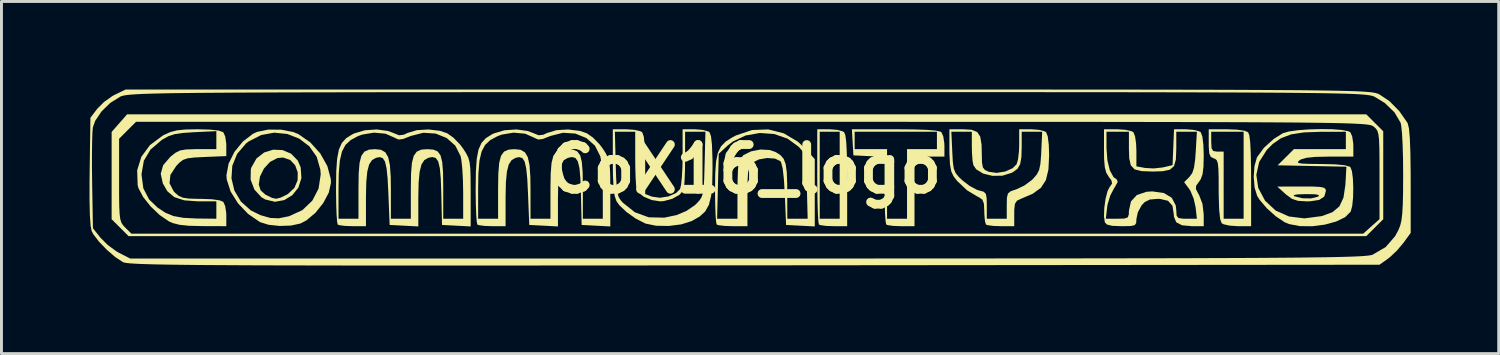
<source format=kicad_pcb>
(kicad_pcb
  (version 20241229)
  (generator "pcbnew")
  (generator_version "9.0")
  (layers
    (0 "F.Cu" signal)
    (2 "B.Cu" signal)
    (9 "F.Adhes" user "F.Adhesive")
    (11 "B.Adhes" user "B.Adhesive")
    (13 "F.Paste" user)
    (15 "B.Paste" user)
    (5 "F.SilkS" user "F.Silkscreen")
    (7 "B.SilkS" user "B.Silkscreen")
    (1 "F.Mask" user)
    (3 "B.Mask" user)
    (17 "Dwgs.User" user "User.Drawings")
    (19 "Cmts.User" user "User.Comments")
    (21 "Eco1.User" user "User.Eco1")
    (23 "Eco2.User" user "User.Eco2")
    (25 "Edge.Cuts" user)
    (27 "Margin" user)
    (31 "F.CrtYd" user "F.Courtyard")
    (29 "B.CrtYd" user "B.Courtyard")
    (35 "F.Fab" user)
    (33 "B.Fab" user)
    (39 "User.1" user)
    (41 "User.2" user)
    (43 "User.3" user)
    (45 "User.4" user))
  (footprint "CoX16_logo"
    (layer "F.Cu")
    (at 22.33 2.709)
    (property "Reference" "CoX16_logo" (at 0 0 0) (layer "F.SilkS") (effects (font (size 1.524 1.524) (thickness 0.3))))
    (attr board_only exclude_from_pos_files exclude_from_bom)
    (fp_poly (pts (xy 3.134 -1.335) (xy 3.331 -1.284) (xy 3.381 -1.253) (xy 3.422 -1.147) (xy 3.452 -0.913) (xy 3.471 -0.54) (xy 3.481 -0.016) (xy 3.483 0.398) (xy 3.483 1.947) (xy 3.03 1.947) (xy 2.766 1.938) (xy 2.576 1.912) (xy 2.52 1.891) (xy 2.502 1.792) (xy 2.496 1.693) (xy 2.548 1.693) (xy 3.228 1.693) (xy 3.228 -1.27) (xy 2.548 -1.27) (xy 2.548 1.693) (xy 2.496 1.693) (xy 2.487 1.552) (xy 2.475 1.196) (xy 2.467 0.754) (xy 2.464 0.252) (xy 2.464 0.24) (xy 2.464 -1.355) (xy 2.871 -1.355)) (stroke (width 0) (type solid)) (fill yes) (layer "F.SilkS"))
    (fp_poly (pts (xy 19.348 0.597) (xy 19.591 0.609) (xy 19.726 0.637) (xy 19.783 0.686) (xy 19.793 0.745) (xy 19.739 0.937) (xy 19.565 1.052) (xy 19.252 1.099) (xy 19.141 1.101) (xy 18.842 1.084) (xy 18.633 1.014) (xy 18.462 0.887) (xy 18.695 0.887) (xy 18.721 0.926) (xy 18.731 0.931) (xy 18.994 0.996) (xy 19.282 1.001) (xy 19.512 0.946) (xy 19.538 0.931) (xy 19.554 0.885) (xy 19.419 0.86) (xy 19.125 0.854) (xy 19.114 0.854) (xy 18.823 0.864) (xy 18.695 0.887) (xy 18.462 0.887) (xy 18.432 0.865) (xy 18.414 0.849) (xy 18.137 0.598) (xy 18.965 0.595)) (stroke (width 0) (type solid)) (fill yes) (layer "F.SilkS"))
    (fp_poly (pts (xy 5.73 -1.35) (xy 6.184 -1.335) (xy 6.49 -1.31) (xy 6.659 -1.274) (xy 6.694 -1.253) (xy 6.758 -1.11) (xy 6.793 -0.874) (xy 6.796 -0.787) (xy 6.796 -0.423) (xy 5.777 -0.423) (xy 5.777 1.947) (xy 5.324 1.947) (xy 5.059 1.938) (xy 4.87 1.912) (xy 4.814 1.891) (xy 4.793 1.79) (xy 4.775 1.552) (xy 4.763 1.212) (xy 4.757 0.802) (xy 4.757 0.71) (xy 4.757 -0.415) (xy 4.226 -0.44) (xy 3.695 -0.466) (xy 3.683 -0.677) (xy 3.738 -0.677) (xy 4.842 -0.677) (xy 4.842 1.693) (xy 5.522 1.693) (xy 5.522 -0.677) (xy 6.541 -0.677) (xy 6.541 -1.27) (xy 3.738 -1.27) (xy 3.738 -0.677) (xy 3.683 -0.677) (xy 3.644 -1.355) (xy 5.118 -1.355)) (stroke (width 0) (type solid)) (fill yes) (layer "F.SilkS"))
    (fp_poly (pts (xy -15.754 -0.646) (xy -15.463 -0.523) (xy -15.237 -0.292) (xy -15.136 -0.058) (xy -15.11 0.308) (xy -15.214 0.631) (xy -15.419 0.889) (xy -15.694 1.058) (xy -16.011 1.116) (xy -16.338 1.039) (xy -16.47 0.963) (xy -16.712 0.701) (xy -16.778 0.528) (xy -16.564 0.528) (xy -16.5 0.727) (xy -16.338 0.871) (xy -16.111 0.983) (xy -15.971 1.013) (xy -15.817 0.973) (xy -15.606 0.871) (xy -15.572 0.85) (xy -15.349 0.642) (xy -15.241 0.384) (xy -15.236 0.115) (xy -15.324 -0.129) (xy -15.494 -0.31) (xy -15.735 -0.392) (xy -15.927 -0.374) (xy -16.18 -0.243) (xy -16.387 -0.017) (xy -16.523 0.256) (xy -16.564 0.528) (xy -16.778 0.528) (xy -16.841 0.363) (xy -16.835 0.012) (xy -16.818 -0.048) (xy -16.642 -0.36) (xy -16.381 -0.564) (xy -16.072 -0.659)) (stroke (width 0) (type solid)) (fill yes) (layer "F.SilkS"))
    (fp_poly (pts (xy 16.773 -1.341) (xy 17.029 -1.302) (xy 17.143 -1.253) (xy 17.184 -1.147) (xy 17.214 -0.913) (xy 17.233 -0.54) (xy 17.243 -0.016) (xy 17.245 0.398) (xy 17.245 1.947) (xy 16.795 1.947) (xy 16.52 1.929) (xy 16.311 1.883) (xy 16.242 1.846) (xy 16.19 1.702) (xy 16.157 1.392) (xy 16.142 0.915) (xy 16.14 0.713) (xy 16.139 0.278) (xy 16.13 -0.016) (xy 16.11 -0.199) (xy 16.074 -0.3) (xy 16.017 -0.348) (xy 15.971 -0.363) (xy 15.872 -0.414) (xy 15.82 -0.53) (xy 15.802 -0.753) (xy 15.801 -0.881) (xy 15.801 -0.931) (xy 15.886 -0.931) (xy 15.897 -0.713) (xy 15.952 -0.616) (xy 16.079 -0.593) (xy 16.098 -0.593) (xy 16.31 -0.593) (xy 16.31 1.693) (xy 16.99 1.693) (xy 16.99 -1.27) (xy 15.886 -1.27) (xy 15.886 -0.931) (xy 15.801 -0.931) (xy 15.801 -1.355) (xy 16.421 -1.355)) (stroke (width 0) (type solid)) (fill yes) (layer "F.SilkS"))
    (fp_poly (pts (xy -15.8 -1.341) (xy -15.387 -1.26) (xy -15.218 -1.191) (xy -14.809 -0.909) (xy -14.469 -0.531) (xy -14.227 -0.101) (xy -14.11 0.339) (xy -14.104 0.466) (xy -14.177 0.8) (xy -14.366 1.158) (xy -14.634 1.492) (xy -14.944 1.752) (xy -15.148 1.857) (xy -15.467 1.926) (xy -15.853 1.939) (xy -16.229 1.899) (xy -16.52 1.809) (xy -16.523 1.807) (xy -16.929 1.528) (xy -17.272 1.167) (xy -17.524 0.765) (xy -17.654 0.361) (xy -17.657 0.317) (xy -17.494 0.317) (xy -17.394 0.734) (xy -17.172 1.109) (xy -16.833 1.411) (xy -16.51 1.57) (xy -16.175 1.666) (xy -15.887 1.679) (xy -15.551 1.612) (xy -15.522 1.604) (xy -15.078 1.4) (xy -14.74 1.078) (xy -14.526 0.665) (xy -14.454 0.187) (xy -14.465 0.023) (xy -14.59 -0.416) (xy -14.84 -0.772) (xy -15.184 -1.035) (xy -15.592 -1.194) (xy -16.034 -1.239) (xy -16.48 -1.159) (xy -16.902 -0.944) (xy -16.998 -0.87) (xy -17.302 -0.516) (xy -17.466 -0.11) (xy -17.494 0.317) (xy -17.657 0.317) (xy -17.666 0.212) (xy -17.592 -0.183) (xy -17.393 -0.584) (xy -17.104 -0.939) (xy -16.763 -1.2) (xy -16.623 -1.265) (xy -16.241 -1.344)) (stroke (width 0) (type solid)) (fill yes) (layer "F.SilkS"))
    (fp_poly (pts (xy 21.458 -1.575) (xy 21.747 -1.287) (xy 21.747 1.71) (xy 21.458 1.998) (xy 21.169 2.286) (xy -21 2.286) (xy -21.288 1.998) (xy -21.577 1.71) (xy -21.577 0.376) (xy -21.322 0.376) (xy -21.322 0.896) (xy -21.317 1.273) (xy -21.304 1.536) (xy -21.281 1.713) (xy -21.242 1.831) (xy -21.186 1.917) (xy -21.114 1.994) (xy -20.905 2.201) (xy 21.065 2.201) (xy 21.342 1.954) (xy 21.62 1.707) (xy 21.62 0.211) (xy 21.619 -0.326) (xy 21.615 -0.719) (xy 21.604 -0.995) (xy 21.583 -1.178) (xy 21.55 -1.296) (xy 21.5 -1.374) (xy 21.431 -1.437) (xy 21.419 -1.447) (xy 21.395 -1.464) (xy 21.362 -1.48) (xy 21.315 -1.495) (xy 21.246 -1.508) (xy 21.15 -1.521) (xy 21.02 -1.532) (xy 20.851 -1.542) (xy 20.635 -1.552) (xy 20.367 -1.56) (xy 20.039 -1.568) (xy 19.647 -1.574) (xy 19.183 -1.58) (xy 18.641 -1.586) (xy 18.015 -1.59) (xy 17.299 -1.594) (xy 16.486 -1.597) (xy 15.571 -1.6) (xy 14.545 -1.602) (xy 13.405 -1.604) (xy 12.142 -1.606) (xy 10.752 -1.607) (xy 9.227 -1.608) (xy 7.561 -1.608) (xy 5.748 -1.608) (xy 3.782 -1.609) (xy 1.656 -1.609) (xy 0.237 -1.609) (xy -20.745 -1.609) (xy -21.034 -1.321) (xy -21.322 -1.033) (xy -21.322 0.376) (xy -21.577 0.376) (xy -21.577 -1.264) (xy -21.314 -1.563) (xy -21.05 -1.863) (xy 21.169 -1.863)) (stroke (width 0) (type solid)) (fill yes) (layer "F.SilkS"))
    (fp_poly (pts (xy 1.324 -1.216) (xy 1.807 -0.929) (xy 2.06 -0.69) (xy 2.379 -0.338) (xy 2.379 1.956) (xy 1.402 1.905) (xy 1.359 0.872) (xy 1.328 0.35) (xy 1.286 -0.02) (xy 1.232 -0.231) (xy 1.208 -0.269) (xy 1.02 -0.357) (xy 0.751 -0.375) (xy 0.474 -0.327) (xy 0.263 -0.219) (xy 0.262 -0.218) (xy 0.186 -0.135) (xy 0.135 -0.025) (xy 0.105 0.143) (xy 0.09 0.403) (xy 0.085 0.789) (xy 0.085 0.944) (xy 0.085 1.947) (xy -0.411 1.947) (xy -0.687 1.938) (xy -0.89 1.915) (xy -0.963 1.891) (xy -0.984 1.79) (xy -0.991 1.693) (xy -0.948 1.693) (xy -0.255 1.693) (xy -0.255 0.769) (xy -0.25 0.378) (xy -0.238 0.042) (xy -0.219 -0.198) (xy -0.202 -0.293) (xy -0.05 -0.475) (xy 0.212 -0.603) (xy 0.53 -0.665) (xy 0.847 -0.648) (xy 1.046 -0.579) (xy 1.208 -0.476) (xy 1.319 -0.349) (xy 1.388 -0.166) (xy 1.425 0.106) (xy 1.44 0.5) (xy 1.441 0.741) (xy 1.444 1.693) (xy 2.137 1.693) (xy 2.109 0.598) (xy 2.097 0.149) (xy 2.081 -0.165) (xy 2.055 -0.377) (xy 2.012 -0.521) (xy 1.945 -0.631) (xy 1.847 -0.741) (xy 1.829 -0.76) (xy 1.452 -1.036) (xy 0.997 -1.193) (xy 0.505 -1.228) (xy 0.02 -1.142) (xy -0.417 -0.934) (xy -0.584 -0.803) (xy -0.892 -0.521) (xy -0.92 0.586) (xy -0.948 1.693) (xy -0.991 1.693) (xy -1.001 1.552) (xy -1.013 1.211) (xy -1.019 0.8) (xy -1.019 0.697) (xy -1.012 0.15) (xy -0.984 -0.257) (xy -0.922 -0.555) (xy -0.816 -0.772) (xy -0.654 -0.938) (xy -0.424 -1.083) (xy -0.304 -1.145) (xy 0.243 -1.329) (xy 0.794 -1.35)) (stroke (width 0) (type solid)) (fill yes) (layer "F.SilkS"))
    (fp_poly (pts (xy 20.001 -1.356) (xy 20.328 -1.332) (xy 20.554 -1.289) (xy 20.626 -1.253) (xy 20.689 -1.11) (xy 20.725 -0.874) (xy 20.728 -0.787) (xy 20.728 -0.423) (xy 19.894 -0.423) (xy 19.442 -0.414) (xy 19.134 -0.383) (xy 18.944 -0.328) (xy 18.896 -0.299) (xy 18.838 -0.244) (xy 18.855 -0.208) (xy 18.97 -0.186) (xy 19.205 -0.176) (xy 19.586 -0.172) (xy 19.628 -0.172) (xy 20.105 -0.16) (xy 20.437 -0.129) (xy 20.611 -0.079) (xy 20.626 -0.068) (xy 20.68 0.071) (xy 20.713 0.325) (xy 20.726 0.642) (xy 20.719 0.97) (xy 20.69 1.255) (xy 20.64 1.445) (xy 20.636 1.452) (xy 20.451 1.639) (xy 20.142 1.789) (xy 19.753 1.894) (xy 19.328 1.949) (xy 18.91 1.945) (xy 18.543 1.876) (xy 18.392 1.815) (xy 18.085 1.61) (xy 17.776 1.332) (xy 17.528 1.039) (xy 17.45 0.914) (xy 17.364 0.63) (xy 17.334 0.265) (xy 17.339 0.198) (xy 17.423 0.198) (xy 17.488 0.643) (xy 17.716 1.071) (xy 17.724 1.082) (xy 18.082 1.415) (xy 18.533 1.616) (xy 19.061 1.681) (xy 19.647 1.604) (xy 19.664 1.6) (xy 20.018 1.47) (xy 20.254 1.271) (xy 20.392 0.974) (xy 20.456 0.547) (xy 20.459 0.506) (xy 20.492 -0.08) (xy 19.321 -0.103) (xy 18.149 -0.127) (xy 18.426 -0.402) (xy 18.702 -0.677) (xy 20.473 -0.677) (xy 20.473 -1.27) (xy 19.602 -1.268) (xy 19.041 -1.248) (xy 18.61 -1.181) (xy 18.269 -1.054) (xy 17.983 -0.856) (xy 17.779 -0.65) (xy 17.52 -0.242) (xy 17.423 0.198) (xy 17.339 0.198) (xy 17.36 -0.102) (xy 17.443 -0.394) (xy 17.45 -0.406) (xy 17.683 -0.725) (xy 18.016 -1.025) (xy 18.324 -1.218) (xy 18.526 -1.278) (xy 18.836 -1.322) (xy 19.213 -1.35) (xy 19.616 -1.361)) (stroke (width 0) (type solid)) (fill yes) (layer "F.SilkS"))
    (fp_poly (pts (xy -18.222 -1.343) (xy -17.924 -1.309) (xy -17.774 -1.255) (xy -17.772 -1.253) (xy -17.707 -1.109) (xy -17.672 -0.874) (xy -17.67 -0.796) (xy -17.67 -0.441) (xy -18.399 -0.411) (xy -18.756 -0.393) (xy -18.989 -0.365) (xy -19.144 -0.312) (xy -19.266 -0.22) (xy -19.376 -0.104) (xy -19.574 0.2) (xy -19.604 0.485) (xy -19.466 0.753) (xy -19.415 0.808) (xy -19.29 0.915) (xy -19.148 0.977) (xy -18.941 1.007) (xy -18.623 1.016) (xy -18.54 1.016) (xy -18.165 1.029) (xy -17.896 1.067) (xy -17.772 1.118) (xy -17.708 1.261) (xy -17.672 1.497) (xy -17.67 1.583) (xy -17.67 1.947) (xy -18.498 1.944) (xy -18.94 1.933) (xy -19.257 1.901) (xy -19.491 1.842) (xy -19.628 1.781) (xy -19.942 1.566) (xy -20.246 1.276) (xy -20.499 0.958) (xy -20.66 0.658) (xy -20.69 0.553) (xy -20.702 0.195) (xy -20.558 0.195) (xy -20.496 0.66) (xy -20.3 1.036) (xy -20.011 1.314) (xy -19.744 1.49) (xy -19.469 1.602) (xy -19.134 1.662) (xy -18.689 1.685) (xy -18.625 1.686) (xy -18.009 1.693) (xy -18.009 1.101) (xy -18.635 1.101) (xy -19.102 1.067) (xy -19.441 0.957) (xy -19.681 0.754) (xy -19.833 0.487) (xy -19.904 0.163) (xy -19.821 -0.131) (xy -19.575 -0.417) (xy -19.568 -0.423) (xy -19.402 -0.555) (xy -19.246 -0.632) (xy -19.043 -0.667) (xy -18.74 -0.677) (xy -18.644 -0.677) (xy -18.009 -0.677) (xy -18.009 -1.291) (xy -18.766 -1.255) (xy -19.158 -1.229) (xy -19.432 -1.188) (xy -19.643 -1.118) (xy -19.842 -1.008) (xy -19.873 -0.987) (xy -20.254 -0.662) (xy -20.479 -0.284) (xy -20.557 0.163) (xy -20.558 0.195) (xy -20.702 0.195) (xy -20.707 0.046) (xy -20.565 -0.416) (xy -20.271 -0.816) (xy -19.836 -1.139) (xy -19.795 -1.161) (xy -19.578 -1.259) (xy -19.35 -1.318) (xy -19.059 -1.347) (xy -18.652 -1.355) (xy -18.65 -1.355)) (stroke (width 0) (type solid)) (fill yes) (layer "F.SilkS"))
    (fp_poly (pts (xy -3.778 -1.337) (xy -3.568 -1.29) (xy -3.5 -1.253) (xy -3.447 -1.107) (xy -3.414 -0.794) (xy -3.399 -0.315) (xy -3.398 -0.15) (xy -3.398 0.851) (xy -3.164 0.94) (xy -2.897 0.979) (xy -2.601 0.932) (xy -2.345 0.817) (xy -2.21 0.68) (xy -2.175 0.532) (xy -2.147 0.258) (xy -2.129 -0.101) (xy -2.124 -0.418) (xy -2.124 -1.355) (xy -1.716 -1.355) (xy -1.454 -1.335) (xy -1.257 -1.284) (xy -1.206 -1.253) (xy -1.156 -1.117) (xy -1.123 -0.822) (xy -1.107 -0.364) (xy -1.104 -0.057) (xy -1.114 0.5) (xy -1.152 0.917) (xy -1.229 1.223) (xy -1.356 1.447) (xy -1.545 1.62) (xy -1.806 1.768) (xy -1.814 1.772) (xy -2.169 1.885) (xy -2.598 1.94) (xy -3.028 1.932) (xy -3.382 1.859) (xy -3.398 1.853) (xy -3.719 1.689) (xy -4.031 1.468) (xy -4.279 1.233) (xy -4.381 1.089) (xy -4.439 0.911) (xy -4.477 0.626) (xy -4.497 0.212) (xy -4.502 -0.25) (xy -4.502 -1.27) (xy -4.431 -1.27) (xy -4.403 -0.176) (xy -4.389 0.277) (xy -4.372 0.593) (xy -4.345 0.807) (xy -4.302 0.951) (xy -4.237 1.059) (xy -4.163 1.144) (xy -3.75 1.473) (xy -3.279 1.644) (xy -2.748 1.657) (xy -2.327 1.568) (xy -1.993 1.427) (xy -1.706 1.232) (xy -1.653 1.182) (xy -1.55 1.07) (xy -1.479 0.962) (xy -1.433 0.825) (xy -1.405 0.625) (xy -1.388 0.328) (xy -1.376 -0.099) (xy -1.374 -0.175) (xy -1.346 -1.27) (xy -2.039 -1.27) (xy -2.039 -0.346) (xy -2.043 0.045) (xy -2.056 0.381) (xy -2.075 0.622) (xy -2.092 0.716) (xy -2.229 0.877) (xy -2.474 1.013) (xy -2.764 1.092) (xy -2.888 1.101) (xy -3.178 1.056) (xy -3.45 0.941) (xy -3.642 0.787) (xy -3.685 0.716) (xy -3.707 0.578) (xy -3.724 0.313) (xy -3.735 -0.039) (xy -3.738 -0.346) (xy -3.738 -1.27) (xy -4.431 -1.27) (xy -4.502 -1.27) (xy -4.502 -1.355) (xy -4.052 -1.355)) (stroke (width 0) (type solid)) (fill yes) (layer "F.SilkS"))
    (fp_poly (pts (xy 7.723 -1.337) (xy 7.911 -1.263) (xy 8.017 -1.103) (xy 8.062 -0.829) (xy 8.07 -0.511) (xy 8.076 -0.224) (xy 8.105 -0.058) (xy 8.176 0.032) (xy 8.304 0.093) (xy 8.572 0.132) (xy 8.867 0.085) (xy 9.123 -0.029) (xy 9.258 -0.167) (xy 9.305 -0.336) (xy 9.336 -0.608) (xy 9.344 -0.841) (xy 9.344 -1.355) (xy 9.752 -1.355) (xy 10.015 -1.335) (xy 10.212 -1.284) (xy 10.262 -1.253) (xy 10.317 -1.11) (xy 10.352 -0.829) (xy 10.364 -0.47) (xy 10.34 0.019) (xy 10.253 0.378) (xy 10.082 0.641) (xy 9.805 0.842) (xy 9.408 1.012) (xy 9.268 1.079) (xy 9.199 1.184) (xy 9.176 1.38) (xy 9.175 1.522) (xy 9.175 1.947) (xy 8.722 1.947) (xy 8.457 1.938) (xy 8.268 1.912) (xy 8.212 1.891) (xy 8.178 1.779) (xy 8.158 1.561) (xy 8.155 1.435) (xy 8.143 1.184) (xy 8.09 1.044) (xy 7.969 0.959) (xy 7.922 0.938) (xy 7.564 0.722) (xy 7.23 0.406) (xy 7.113 0.256) (xy 7.031 0.086) (xy 6.985 -0.161) (xy 6.967 -0.526) (xy 6.966 -0.654) (xy 6.966 -1.27) (xy 7.033 -1.27) (xy 7.064 -0.585) (xy 7.083 -0.242) (xy 7.115 -0.019) (xy 7.176 0.135) (xy 7.285 0.269) (xy 7.414 0.391) (xy 7.654 0.574) (xy 7.895 0.704) (xy 7.987 0.733) (xy 8.133 0.772) (xy 8.209 0.848) (xy 8.236 1.005) (xy 8.24 1.238) (xy 8.24 1.693) (xy 8.92 1.693) (xy 8.92 1.241) (xy 8.925 0.978) (xy 8.961 0.833) (xy 9.058 0.755) (xy 9.242 0.693) (xy 9.517 0.564) (xy 9.778 0.372) (xy 9.815 0.335) (xy 9.943 0.186) (xy 10.022 0.034) (xy 10.066 -0.171) (xy 10.091 -0.48) (xy 10.096 -0.598) (xy 10.127 -1.27) (xy 9.429 -1.27) (xy 9.429 -0.769) (xy 9.419 -0.404) (xy 9.377 -0.166) (xy 9.288 -0.011) (xy 9.134 0.103) (xy 9.084 0.13) (xy 8.771 0.227) (xy 8.433 0.232) (xy 8.118 0.156) (xy 7.879 0.009) (xy 7.783 -0.131) (xy 7.754 -0.287) (xy 7.735 -0.548) (xy 7.73 -0.769) (xy 7.73 -1.27) (xy 7.033 -1.27) (xy 6.966 -1.27) (xy 6.966 -1.355) (xy 7.43 -1.355)) (stroke (width 0) (type solid)) (fill yes) (layer "F.SilkS"))
    (fp_poly (pts (xy 12.957 -1.337) (xy 13.167 -1.29) (xy 13.235 -1.253) (xy 13.291 -1.116) (xy 13.327 -0.863) (xy 13.337 -0.622) (xy 13.337 -0.092) (xy 13.632 -0.037) (xy 13.923 -0.02) (xy 14.229 -0.053) (xy 14.248 -0.057) (xy 14.569 -0.133) (xy 14.594 -0.744) (xy 14.619 -1.355) (xy 15.023 -1.355) (xy 15.284 -1.334) (xy 15.48 -1.283) (xy 15.529 -1.253) (xy 15.584 -1.11) (xy 15.619 -0.827) (xy 15.631 -0.458) (xy 15.622 -0.079) (xy 15.591 0.175) (xy 15.529 0.347) (xy 15.472 0.43) (xy 15.372 0.57) (xy 15.364 0.681) (xy 15.447 0.843) (xy 15.472 0.884) (xy 15.588 1.186) (xy 15.63 1.545) (xy 15.631 1.947) (xy 15.223 1.947) (xy 14.89 1.916) (xy 14.695 1.814) (xy 14.616 1.625) (xy 14.611 1.544) (xy 14.566 1.251) (xy 14.415 1.082) (xy 14.141 1.018) (xy 14.062 1.016) (xy 13.794 1.039) (xy 13.617 1.128) (xy 13.513 1.239) (xy 13.387 1.472) (xy 13.337 1.705) (xy 13.33 1.839) (xy 13.28 1.911) (xy 13.15 1.941) (xy 12.897 1.947) (xy 12.825 1.947) (xy 12.511 1.935) (xy 12.334 1.891) (xy 12.262 1.817) (xy 12.244 1.693) (xy 12.296 1.693) (xy 12.689 1.693) (xy 12.928 1.687) (xy 13.043 1.647) (xy 13.079 1.542) (xy 13.082 1.424) (xy 13.151 1.104) (xy 13.353 0.885) (xy 13.681 0.775) (xy 13.877 0.762) (xy 14.272 0.817) (xy 14.541 0.979) (xy 14.679 1.243) (xy 14.696 1.412) (xy 14.707 1.59) (xy 14.771 1.671) (xy 14.936 1.692) (xy 15.047 1.693) (xy 15.398 1.693) (xy 15.354 1.304) (xy 15.288 1.007) (xy 15.177 0.742) (xy 15.137 0.681) (xy 14.964 0.448) (xy 15.141 0.271) (xy 15.238 0.141) (xy 15.3 -0.047) (xy 15.34 -0.335) (xy 15.358 -0.588) (xy 15.398 -1.27) (xy 14.696 -1.27) (xy 14.696 -0.68) (xy 14.682 -0.325) (xy 14.619 -0.1) (xy 14.476 0.024) (xy 14.223 0.075) (xy 13.889 0.085) (xy 13.514 0.071) (xy 13.277 0.012) (xy 13.147 -0.124) (xy 13.092 -0.364) (xy 13.082 -0.68) (xy 13.082 -1.27) (xy 12.318 -1.27) (xy 12.318 -0.715) (xy 12.348 -0.298) (xy 12.432 0.044) (xy 12.559 0.277) (xy 12.67 0.357) (xy 12.7 0.44) (xy 12.597 0.626) (xy 12.578 0.652) (xy 12.445 0.906) (xy 12.353 1.216) (xy 12.34 1.304) (xy 12.296 1.693) (xy 12.244 1.693) (xy 12.232 1.612) (xy 12.243 1.322) (xy 12.286 1.013) (xy 12.354 0.751) (xy 12.424 0.615) (xy 12.508 0.496) (xy 12.486 0.386) (xy 12.396 0.266) (xy 12.311 0.127) (xy 12.261 -0.059) (xy 12.237 -0.338) (xy 12.233 -0.644) (xy 12.233 -1.355) (xy 12.683 -1.355)) (stroke (width 0) (type solid)) (fill yes) (layer "F.SilkS"))
    (fp_poly (pts (xy -12.156 -1.295) (xy -11.981 -1.229) (xy -11.786 -1.15) (xy -11.624 -1.169) (xy -11.496 -1.229) (xy -11.178 -1.324) (xy -10.784 -1.348) (xy -10.391 -1.301) (xy -10.145 -1.219) (xy -9.931 -1.068) (xy -9.705 -0.834) (xy -9.602 -0.697) (xy -9.498 -0.535) (xy -9.427 -0.393) (xy -9.382 -0.235) (xy -9.357 -0.025) (xy -9.347 0.273) (xy -9.345 0.696) (xy -9.344 0.823) (xy -9.344 1.956) (xy -9.833 1.93) (xy -10.321 1.905) (xy -10.345 0.834) (xy -10.363 0.328) (xy -10.395 -0.03) (xy -10.45 -0.258) (xy -10.533 -0.378) (xy -10.654 -0.409) (xy -10.789 -0.381) (xy -10.925 -0.303) (xy -11.021 -0.152) (xy -11.083 0.094) (xy -11.117 0.459) (xy -11.128 0.966) (xy -11.128 1.026) (xy -11.128 1.956) (xy -11.617 1.93) (xy -12.105 1.905) (xy -12.148 0.829) (xy -12.174 0.326) (xy -12.21 -0.028) (xy -12.263 -0.255) (xy -12.341 -0.374) (xy -12.451 -0.406) (xy -12.569 -0.382) (xy -12.706 -0.304) (xy -12.804 -0.155) (xy -12.867 0.088) (xy -12.901 0.45) (xy -12.912 0.954) (xy -12.912 1.022) (xy -12.912 1.947) (xy -13.365 1.947) (xy -13.63 1.938) (xy -13.819 1.912) (xy -13.875 1.891) (xy -13.896 1.79) (xy -13.902 1.693) (xy -13.847 1.693) (xy -13.167 1.693) (xy -13.167 0.663) (xy -13.16 0.154) (xy -13.13 -0.209) (xy -13.068 -0.45) (xy -12.965 -0.593) (xy -12.811 -0.661) (xy -12.607 -0.677) (xy -12.401 -0.655) (xy -12.253 -0.571) (xy -12.155 -0.405) (xy -12.096 -0.132) (xy -12.068 0.268) (xy -12.063 0.696) (xy -12.063 1.693) (xy -11.383 1.693) (xy -11.383 0.663) (xy -11.376 0.154) (xy -11.346 -0.209) (xy -11.284 -0.45) (xy -11.181 -0.593) (xy -11.027 -0.661) (xy -10.824 -0.677) (xy -10.617 -0.662) (xy -10.469 -0.6) (xy -10.372 -0.468) (xy -10.314 -0.241) (xy -10.286 0.105) (xy -10.279 0.594) (xy -10.279 0.641) (xy -10.279 1.693) (xy -9.599 1.693) (xy -9.6 0.783) (xy -9.608 0.371) (xy -9.63 -0.012) (xy -9.662 -0.311) (xy -9.687 -0.439) (xy -9.867 -0.796) (xy -10.162 -1.057) (xy -10.536 -1.208) (xy -10.956 -1.236) (xy -11.387 -1.126) (xy -11.401 -1.12) (xy -11.645 -1.024) (xy -11.799 -1.005) (xy -11.919 -1.057) (xy -11.932 -1.066) (xy -12.247 -1.204) (xy -12.637 -1.24) (xy -13.04 -1.174) (xy -13.185 -1.12) (xy -13.431 -0.988) (xy -13.609 -0.823) (xy -13.729 -0.597) (xy -13.802 -0.283) (xy -13.838 0.147) (xy -13.847 0.669) (xy -13.847 1.693) (xy -13.902 1.693) (xy -13.913 1.552) (xy -13.925 1.209) (xy -13.931 0.793) (xy -13.931 0.642) (xy -13.924 0.074) (xy -13.894 -0.352) (xy -13.834 -0.664) (xy -13.734 -0.888) (xy -13.586 -1.051) (xy -13.38 -1.18) (xy -13.313 -1.213) (xy -12.951 -1.321) (xy -12.54 -1.349)) (stroke (width 0) (type solid)) (fill yes) (layer "F.SilkS"))
    (fp_poly (pts (xy -7.399 -1.295) (xy -7.223 -1.229) (xy -7.028 -1.15) (xy -6.867 -1.169) (xy -6.739 -1.229) (xy -6.421 -1.324) (xy -6.027 -1.348) (xy -5.634 -1.301) (xy -5.388 -1.219) (xy -5.173 -1.068) (xy -4.947 -0.834) (xy -4.844 -0.697) (xy -4.741 -0.535) (xy -4.669 -0.393) (xy -4.625 -0.235) (xy -4.6 -0.025) (xy -4.59 0.273) (xy -4.587 0.696) (xy -4.587 0.823) (xy -4.587 1.956) (xy -5.076 1.93) (xy -5.564 1.905) (xy -5.588 0.834) (xy -5.606 0.328) (xy -5.638 -0.03) (xy -5.692 -0.258) (xy -5.776 -0.378) (xy -5.896 -0.409) (xy -6.032 -0.381) (xy -6.168 -0.303) (xy -6.264 -0.152) (xy -6.326 0.094) (xy -6.36 0.459) (xy -6.371 0.966) (xy -6.371 1.026) (xy -6.371 1.956) (xy -6.86 1.93) (xy -7.348 1.905) (xy -7.391 0.829) (xy -7.416 0.326) (xy -7.453 -0.028) (xy -7.506 -0.255) (xy -7.584 -0.374) (xy -7.694 -0.406) (xy -7.812 -0.382) (xy -7.949 -0.304) (xy -8.047 -0.155) (xy -8.109 0.088) (xy -8.144 0.45) (xy -8.155 0.954) (xy -8.155 1.022) (xy -8.155 1.947) (xy -8.608 1.947) (xy -8.873 1.938) (xy -9.062 1.912) (xy -9.118 1.891) (xy -9.138 1.79) (xy -9.145 1.693) (xy -9.09 1.693) (xy -8.41 1.693) (xy -8.41 0.663) (xy -8.402 0.154) (xy -8.373 -0.209) (xy -8.311 -0.45) (xy -8.208 -0.593) (xy -8.053 -0.661) (xy -7.85 -0.677) (xy -7.644 -0.655) (xy -7.496 -0.571) (xy -7.398 -0.405) (xy -7.339 -0.132) (xy -7.311 0.268) (xy -7.306 0.696) (xy -7.306 1.693) (xy -6.626 1.693) (xy -6.626 0.663) (xy -6.618 0.154) (xy -6.589 -0.209) (xy -6.527 -0.45) (xy -6.424 -0.593) (xy -6.269 -0.661) (xy -6.067 -0.677) (xy -5.859 -0.662) (xy -5.712 -0.6) (xy -5.614 -0.468) (xy -5.557 -0.241) (xy -5.529 0.105) (xy -5.522 0.594) (xy -5.522 0.641) (xy -5.522 1.693) (xy -4.842 1.693) (xy -4.843 0.783) (xy -4.851 0.371) (xy -4.873 -0.012) (xy -4.905 -0.311) (xy -4.93 -0.439) (xy -5.11 -0.796) (xy -5.404 -1.057) (xy -5.779 -1.208) (xy -6.198 -1.236) (xy -6.63 -1.126) (xy -6.644 -1.12) (xy -6.888 -1.024) (xy -7.042 -1.005) (xy -7.162 -1.057) (xy -7.175 -1.066) (xy -7.49 -1.204) (xy -7.88 -1.24) (xy -8.283 -1.174) (xy -8.428 -1.12) (xy -8.674 -0.988) (xy -8.851 -0.823) (xy -8.972 -0.597) (xy -9.045 -0.283) (xy -9.081 0.147) (xy -9.09 0.669) (xy -9.09 1.693) (xy -9.145 1.693) (xy -9.155 1.552) (xy -9.168 1.209) (xy -9.174 0.793) (xy -9.174 0.642) (xy -9.166 0.074) (xy -9.137 -0.352) (xy -9.077 -0.664) (xy -8.977 -0.888) (xy -8.829 -1.051) (xy -8.623 -1.18) (xy -8.556 -1.213) (xy -8.194 -1.321) (xy -7.783 -1.349)) (stroke (width 0) (type solid)) (fill yes) (layer "F.SilkS"))
    (fp_poly (pts (xy 2.325 -2.709) (xy 4.401 -2.709) (xy 6.32 -2.709) (xy 8.088 -2.709) (xy 9.711 -2.708) (xy 11.196 -2.707) (xy 12.549 -2.706) (xy 13.776 -2.705) (xy 14.884 -2.703) (xy 15.879 -2.701) (xy 16.767 -2.698) (xy 17.555 -2.694) (xy 18.249 -2.69) (xy 18.855 -2.686) (xy 19.379 -2.68) (xy 19.828 -2.674) (xy 20.208 -2.667) (xy 20.526 -2.659) (xy 20.788 -2.651) (xy 21 -2.641) (xy 21.168 -2.63) (xy 21.299 -2.619) (xy 21.398 -2.606) (xy 21.474 -2.592) (xy 21.531 -2.577) (xy 21.576 -2.56) (xy 21.615 -2.542) (xy 21.622 -2.539) (xy 21.962 -2.31) (xy 22.294 -1.973) (xy 22.564 -1.586) (xy 22.583 -1.551) (xy 22.623 -1.382) (xy 22.653 -1.047) (xy 22.672 -0.543) (xy 22.681 0.128) (xy 22.682 0.405) (xy 22.682 2.176) (xy 22.434 2.516) (xy 22.22 2.771) (xy 21.979 2.999) (xy 21.903 3.058) (xy 21.62 3.26) (xy 0.34 3.281) (xy -1.922 3.283) (xy -4.02 3.285) (xy -5.961 3.286) (xy -7.75 3.287) (xy -9.393 3.288) (xy -10.898 3.288) (xy -12.269 3.288) (xy -13.514 3.287) (xy -14.638 3.285) (xy -15.647 3.283) (xy -16.547 3.281) (xy -17.346 3.277) (xy -18.048 3.273) (xy -18.66 3.269) (xy -19.188 3.263) (xy -19.639 3.257) (xy -20.018 3.25) (xy -20.331 3.242) (xy -20.585 3.234) (xy -20.786 3.224) (xy -20.94 3.214) (xy -21.053 3.202) (xy -21.131 3.19) (xy -21.181 3.176) (xy -21.195 3.17) (xy -21.454 2.998) (xy -21.74 2.751) (xy -22.004 2.478) (xy -22.199 2.224) (xy -22.257 2.117) (xy -22.293 1.93) (xy -22.318 1.576) (xy -22.33 1.058) (xy -22.329 0.378) (xy -22.325 0.07) (xy -22.317 -0.527) (xy -22.247 -0.527) (xy -22.247 -0.043) (xy -22.241 0.437) (xy -22.214 2.017) (xy -21.955 2.342) (xy -21.708 2.589) (xy -21.409 2.808) (xy -21.321 2.857) (xy -20.947 3.048) (xy 0.063 3.048) (xy 2.312 3.048) (xy 4.398 3.048) (xy 6.325 3.047) (xy 8.102 3.046) (xy 9.733 3.045) (xy 11.225 3.044) (xy 12.585 3.042) (xy 13.818 3.04) (xy 14.931 3.038) (xy 15.929 3.034) (xy 16.82 3.031) (xy 17.608 3.027) (xy 18.301 3.022) (xy 18.905 3.017) (xy 19.425 3.01) (xy 19.868 3.004) (xy 20.241 2.996) (xy 20.548 2.988) (xy 20.798 2.979) (xy 20.994 2.969) (xy 21.145 2.958) (xy 21.256 2.946) (xy 21.333 2.933) (xy 21.383 2.919) (xy 21.388 2.917) (xy 21.829 2.659) (xy 22.149 2.291) (xy 22.266 2.074) (xy 22.324 1.928) (xy 22.366 1.756) (xy 22.394 1.53) (xy 22.412 1.222) (xy 22.422 0.803) (xy 22.425 0.246) (xy 22.425 0.196) (xy 22.421 -0.35) (xy 22.407 -0.831) (xy 22.386 -1.219) (xy 22.358 -1.485) (xy 22.336 -1.582) (xy 22.127 -1.934) (xy 21.798 -2.252) (xy 21.45 -2.464) (xy 21.409 -2.481) (xy 21.359 -2.496) (xy 21.292 -2.51) (xy 21.203 -2.524) (xy 21.085 -2.536) (xy 20.931 -2.547) (xy 20.736 -2.557) (xy 20.492 -2.566) (xy 20.195 -2.574) (xy 19.837 -2.581) (xy 19.411 -2.588) (xy 18.913 -2.594) (xy 18.335 -2.599) (xy 17.671 -2.603) (xy 16.914 -2.607) (xy 16.059 -2.61) (xy 15.099 -2.613) (xy 14.028 -2.615) (xy 12.839 -2.617) (xy 11.527 -2.618) (xy 10.084 -2.619) (xy 8.504 -2.62) (xy 6.782 -2.62) (xy 4.91 -2.621) (xy 2.883 -2.621) (xy 0.694 -2.621) (xy 0.085 -2.621) (xy -2.149 -2.621) (xy -4.219 -2.621) (xy -6.132 -2.62) (xy -7.894 -2.62) (xy -9.512 -2.619) (xy -10.991 -2.618) (xy -12.339 -2.617) (xy -13.56 -2.615) (xy -14.663 -2.613) (xy -15.652 -2.611) (xy -16.535 -2.607) (xy -17.317 -2.604) (xy -18.006 -2.599) (xy -18.606 -2.595) (xy -19.126 -2.589) (xy -19.57 -2.583) (xy -19.946 -2.575) (xy -20.259 -2.567) (xy -20.516 -2.559) (xy -20.723 -2.549) (xy -20.887 -2.538) (xy -21.014 -2.526) (xy -21.11 -2.514) (xy -21.182 -2.5) (xy -21.236 -2.485) (xy -21.277 -2.468) (xy -21.281 -2.467) (xy -21.621 -2.255) (xy -21.921 -1.963) (xy -22.137 -1.642) (xy -22.216 -1.42) (xy -22.231 -1.248) (xy -22.241 -0.939) (xy -22.247 -0.527) (xy -22.317 -0.527) (xy -22.299 -1.749) (xy -22.068 -2.051) (xy -21.84 -2.281) (xy -21.553 -2.486) (xy -21.468 -2.531) (xy -21.099 -2.709) (xy 0.085 -2.709)) (stroke (width 0) (type solid)) (fill yes) (layer "F.SilkS")))
  (gr_rect
    (start -3 -3)
    (end 48.011 8.997)
    (stroke (width 0.1) (type default))
    (fill no)
    (layer "Edge.Cuts")))
</source>
